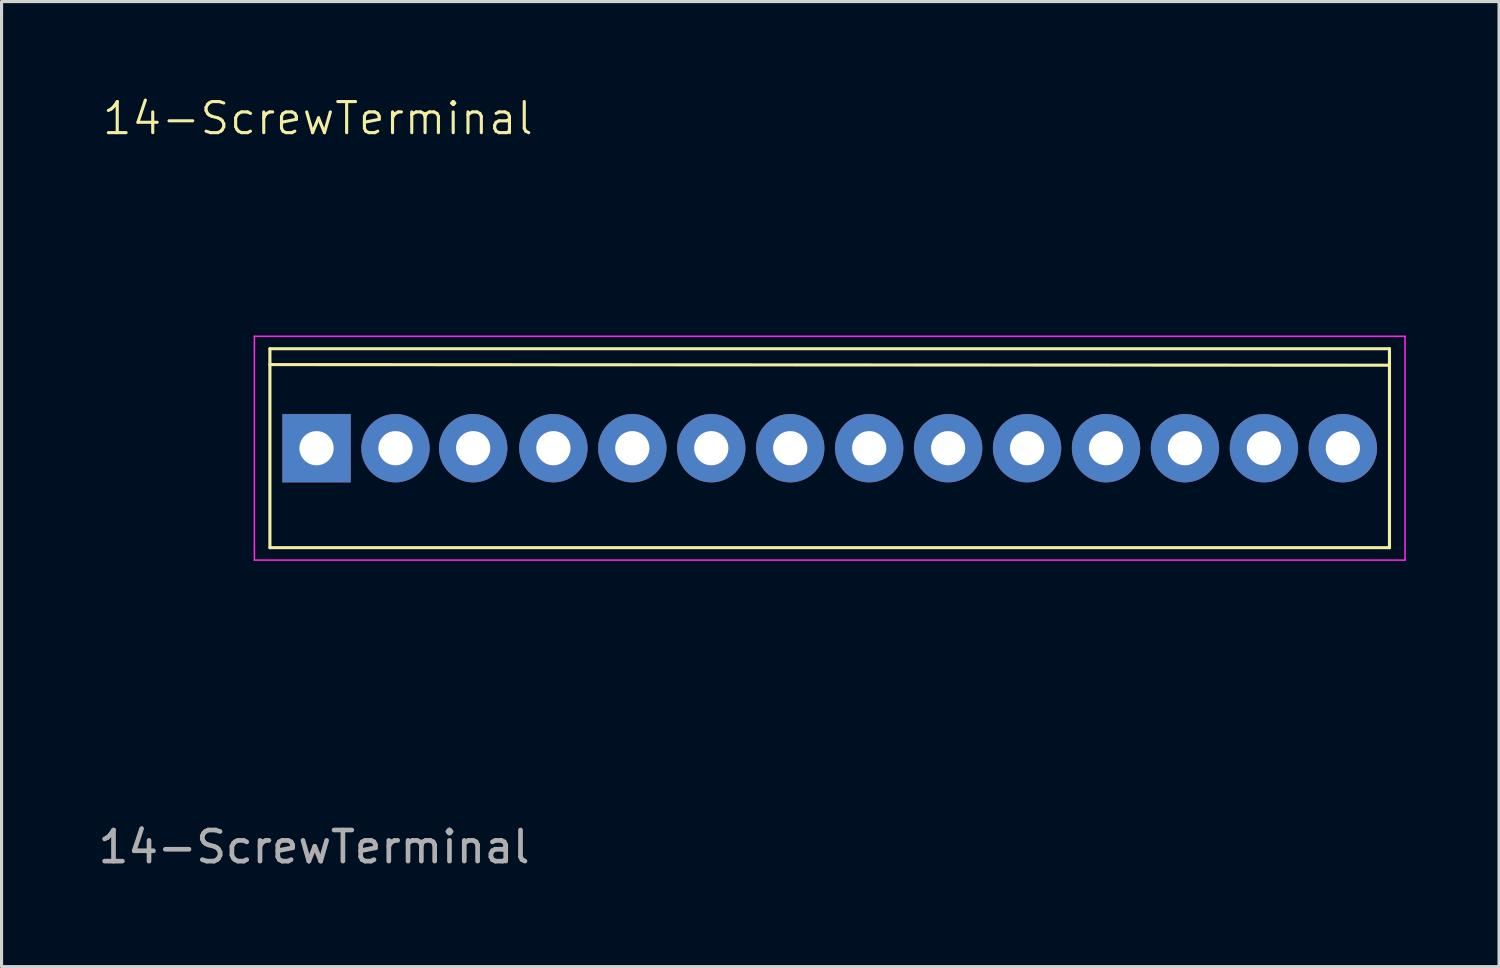
<source format=kicad_pcb>
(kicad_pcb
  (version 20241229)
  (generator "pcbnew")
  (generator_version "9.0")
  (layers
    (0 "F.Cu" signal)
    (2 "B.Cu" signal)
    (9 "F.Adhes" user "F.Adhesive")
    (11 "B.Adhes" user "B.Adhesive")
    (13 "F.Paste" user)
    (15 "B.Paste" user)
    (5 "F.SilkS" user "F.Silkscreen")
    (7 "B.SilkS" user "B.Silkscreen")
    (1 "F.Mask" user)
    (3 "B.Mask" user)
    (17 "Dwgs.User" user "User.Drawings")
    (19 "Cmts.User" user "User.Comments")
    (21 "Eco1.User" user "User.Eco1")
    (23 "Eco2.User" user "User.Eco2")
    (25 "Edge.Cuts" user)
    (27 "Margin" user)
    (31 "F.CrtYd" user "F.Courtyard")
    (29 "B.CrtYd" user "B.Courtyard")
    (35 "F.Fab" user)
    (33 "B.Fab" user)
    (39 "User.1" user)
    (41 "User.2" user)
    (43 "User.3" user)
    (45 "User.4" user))
  (footprint "14-ScrewTerminal"
    (layer "F.Cu")
    (at 7.134 11.37)
    (property "Reference" "14-ScrewTerminal" (at 0.04 -10.61 0) (unlocked yes) (layer "F.SilkS") (effects (font (size 1 1) (thickness 0.1))))
    (attr through_hole)
    (fp_line (start -1.5 -3.2) (end -1.5 3.2) (stroke (width 0.1) (type default)) (layer "F.SilkS"))
    (fp_line (start -1.5 -2.69) (end 34.52 -2.67) (stroke (width 0.1) (type default)) (layer "F.SilkS"))
    (fp_line (start -1.5 3.2) (end 34.52 3.2) (stroke (width 0.1) (type default)) (layer "F.SilkS"))
    (fp_line (start 34.52 -3.2) (end -1.5 -3.2) (stroke (width 0.1) (type default)) (layer "F.SilkS"))
    (fp_line (start 34.52 -3.2) (end 34.52 3.2) (stroke (width 0.1) (type default)) (layer "F.SilkS"))
    (fp_line (start -2 -3.6) (end -2 3.6) (stroke (width 0.05) (type default)) (layer "F.CrtYd"))
    (fp_line (start -2 -3.6) (end 35.02 -3.6) (stroke (width 0.05) (type default)) (layer "F.CrtYd"))
    (fp_line (start 35.02 -3.6) (end 35.02 3.6) (stroke (width 0.05) (type default)) (layer "F.CrtYd"))
    (fp_line (start 35.02 3.6) (end -2 3.6) (stroke (width 0.05) (type default)) (layer "F.CrtYd"))
    (fp_text user "${REFERENCE}" (at -0.08 12.83 0) (unlocked yes) (layer "F.Fab") (effects (font (size 1 1) (thickness 0.15))))
    (pad "1" thru_hole rect (at 0 0) (size 2.2 2.2) (drill 1.1) (layers "*.Cu" "*.Mask"))
    (pad "2" thru_hole circle (at 2.54 0) (size 2.2 2.2) (drill 1.1) (layers "*.Cu" "*.Mask"))
    (pad "3" thru_hole circle (at 5.04 0) (size 2.2 2.2) (drill 1.1) (layers "*.Cu" "*.Mask"))
    (pad "4" thru_hole circle (at 7.62 0) (size 2.2 2.2) (drill 1.1) (layers "*.Cu" "*.Mask"))
    (pad "5" thru_hole circle (at 10.16 0) (size 2.2 2.2) (drill 1.1) (layers "*.Cu" "*.Mask"))
    (pad "6" thru_hole circle (at 12.7 0) (size 2.2 2.2) (drill 1.1) (layers "*.Cu" "*.Mask"))
    (pad "7" thru_hole circle (at 15.24 0) (size 2.2 2.2) (drill 1.1) (layers "*.Cu" "*.Mask"))
    (pad "8" thru_hole circle (at 17.78 0) (size 2.2 2.2) (drill 1.1) (layers "*.Cu" "*.Mask"))
    (pad "9" thru_hole circle (at 20.32 0) (size 2.2 2.2) (drill 1.1) (layers "*.Cu" "*.Mask"))
    (pad "10" thru_hole circle (at 22.86 0) (size 2.2 2.2) (drill 1.1) (layers "*.Cu" "*.Mask"))
    (pad "11" thru_hole circle (at 25.4 0) (size 2.2 2.2) (drill 1.1) (layers "*.Cu" "*.Mask"))
    (pad "12" thru_hole circle (at 27.94 0) (size 2.2 2.2) (drill 1.1) (layers "*.Cu" "*.Mask"))
    (pad "13" thru_hole circle (at 30.48 0) (size 2.2 2.2) (drill 1.1) (layers "*.Cu" "*.Mask"))
    (pad "14" thru_hole circle (at 33.02 0) (size 2.2 2.2) (drill 1.1) (layers "*.Cu" "*.Mask")))
  (gr_rect
    (start -3 -3)
    (end 45.179 28.049)
    (stroke (width 0.1) (type default))
    (fill no)
    (layer "Edge.Cuts")))
</source>
